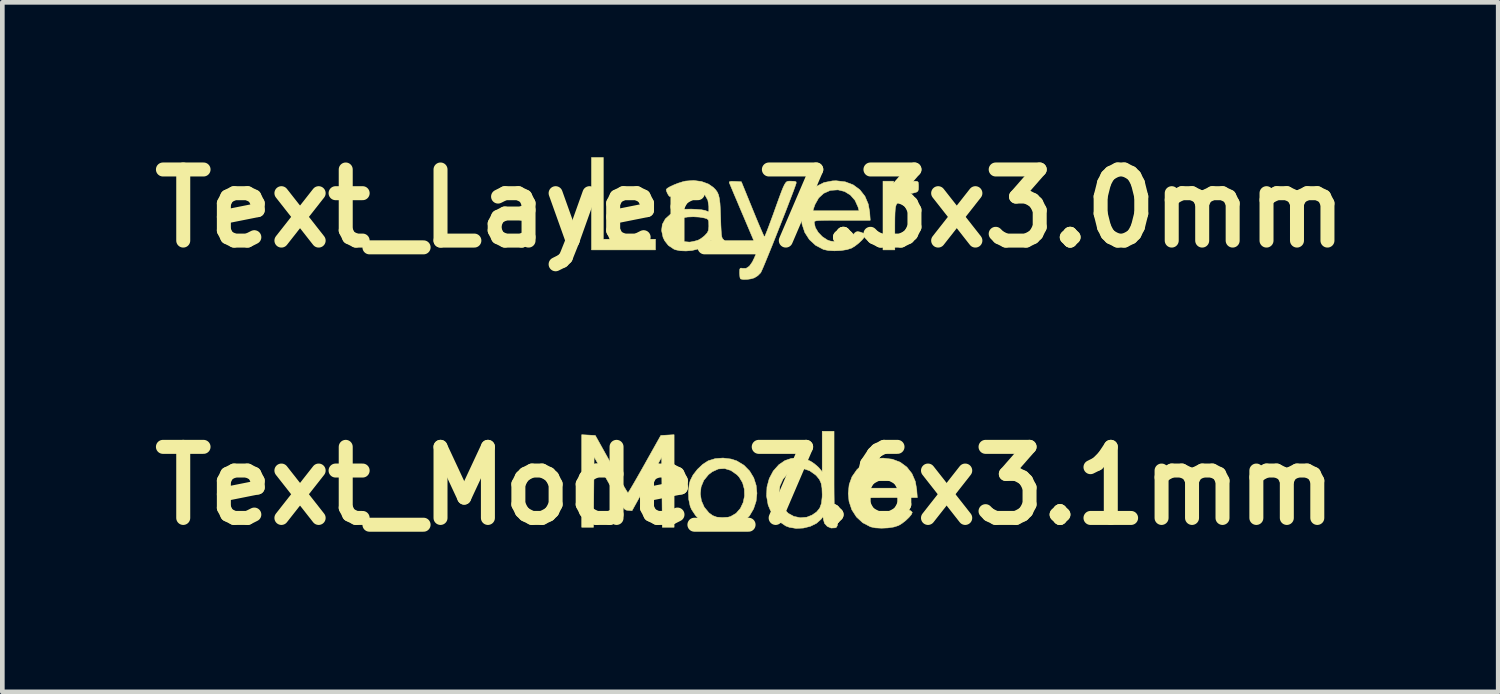
<source format=kicad_pcb>
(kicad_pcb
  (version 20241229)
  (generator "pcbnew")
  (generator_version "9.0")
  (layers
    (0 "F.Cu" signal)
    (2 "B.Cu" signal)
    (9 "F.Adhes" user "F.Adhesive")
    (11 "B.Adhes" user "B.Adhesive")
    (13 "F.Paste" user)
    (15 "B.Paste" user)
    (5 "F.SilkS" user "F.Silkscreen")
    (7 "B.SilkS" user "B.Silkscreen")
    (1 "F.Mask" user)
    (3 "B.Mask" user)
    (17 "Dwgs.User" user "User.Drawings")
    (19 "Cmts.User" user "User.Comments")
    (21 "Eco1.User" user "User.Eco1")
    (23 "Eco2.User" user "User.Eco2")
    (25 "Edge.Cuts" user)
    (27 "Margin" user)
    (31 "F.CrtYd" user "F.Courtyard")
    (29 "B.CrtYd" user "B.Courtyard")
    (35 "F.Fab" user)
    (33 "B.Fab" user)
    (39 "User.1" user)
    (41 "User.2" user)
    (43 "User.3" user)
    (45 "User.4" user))
  (footprint "Text_Mode_7.6x3.1mm"
    (layer "F.Cu")
    (at 12.925 7.364)
    (property "Reference" "Text_Mode_7.6x3.1mm" (at 0 0 0) (layer "F.SilkS") (effects (font (size 1.524 1.524) (thickness 0.3))))
    (attr through_hole)
    (fp_poly (pts (xy -1.524 0.889) (xy -1.777 0.889) (xy -1.784 0.139) (xy -1.791 -0.611) (xy -2.108 -0.039) (xy -2.426 0.534) (xy -2.512 0.527) (xy -2.539 0.524) (xy -2.564 0.515) (xy -2.589 0.496) (xy -2.619 0.461) (xy -2.657 0.405) (xy -2.707 0.323) (xy -2.772 0.211) (xy -2.856 0.062) (xy -2.919 -0.05) (xy -3.239 -0.62) (xy -3.252 0.889) (xy -3.505 0.889) (xy -3.505 -1.095) (xy -3.213 -1.079) (xy -2.87 -0.464) (xy -2.78 -0.303) (xy -2.699 -0.159) (xy -2.628 -0.035) (xy -2.571 0.062) (xy -2.532 0.126) (xy -2.514 0.152) (xy -2.513 0.152) (xy -2.498 0.131) (xy -2.461 0.071) (xy -2.406 -0.022) (xy -2.336 -0.143) (xy -2.255 -0.285) (xy -2.165 -0.444) (xy -2.154 -0.464) (xy -1.809 -1.079) (xy -1.667 -1.087) (xy -1.524 -1.095) (xy -1.524 0.889)) (stroke (width 0.01) (type solid)) (fill yes) (layer "F.SilkS"))
    (fp_poly (pts (xy -0.305 -0.574) (xy -0.183 -0.535) (xy -0.027 -0.441) (xy 0.095 -0.317) (xy 0.183 -0.171) (xy 0.235 -0.009) (xy 0.252 0.16) (xy 0.234 0.331) (xy 0.18 0.494) (xy 0.092 0.644) (xy -0.033 0.772) (xy -0.159 0.855) (xy -0.243 0.883) (xy -0.367 0.902) (xy -0.457 0.908) (xy -0.569 0.912) (xy -0.648 0.907) (xy -0.712 0.892) (xy -0.779 0.864) (xy -0.806 0.851) (xy -0.942 0.76) (xy -1.061 0.641) (xy -1.15 0.507) (xy -1.179 0.439) (xy -1.21 0.294) (xy -1.215 0.171) (xy -0.962 0.171) (xy -0.939 0.32) (xy -0.878 0.458) (xy -0.779 0.578) (xy -0.699 0.638) (xy -0.608 0.672) (xy -0.493 0.685) (xy -0.376 0.676) (xy -0.313 0.659) (xy -0.194 0.589) (xy -0.103 0.485) (xy -0.043 0.358) (xy -0.014 0.218) (xy -0.018 0.073) (xy -0.056 -0.066) (xy -0.13 -0.188) (xy -0.176 -0.237) (xy -0.307 -0.329) (xy -0.441 -0.37) (xy -0.575 -0.361) (xy -0.707 -0.301) (xy -0.787 -0.239) (xy -0.887 -0.117) (xy -0.945 0.022) (xy -0.962 0.171) (xy -1.215 0.171) (xy -1.217 0.13) (xy -1.2 -0.03) (xy -1.179 -0.11) (xy -1.118 -0.231) (xy -1.023 -0.353) (xy -0.91 -0.46) (xy -0.794 -0.535) (xy -0.644 -0.582) (xy -0.475 -0.595) (xy -0.305 -0.574)) (stroke (width 0.01) (type solid)) (fill yes) (layer "F.SilkS"))
    (fp_poly (pts (xy 3.154 -0.57) (xy 3.324 -0.505) (xy 3.466 -0.4) (xy 3.575 -0.261) (xy 3.648 -0.091) (xy 3.677 0.08) (xy 3.69 0.254) (xy 3.09 0.254) (xy 2.9 0.254) (xy 2.755 0.255) (xy 2.649 0.257) (xy 2.576 0.26) (xy 2.529 0.266) (xy 2.503 0.274) (xy 2.492 0.286) (xy 2.489 0.302) (xy 2.489 0.306) (xy 2.512 0.409) (xy 2.573 0.513) (xy 2.662 0.606) (xy 2.769 0.676) (xy 2.826 0.698) (xy 2.982 0.72) (xy 3.128 0.693) (xy 3.261 0.618) (xy 3.326 0.557) (xy 3.374 0.51) (xy 3.417 0.496) (xy 3.479 0.508) (xy 3.487 0.51) (xy 3.549 0.536) (xy 3.58 0.567) (xy 3.581 0.573) (xy 3.562 0.617) (xy 3.511 0.678) (xy 3.441 0.745) (xy 3.362 0.806) (xy 3.288 0.851) (xy 3.19 0.883) (xy 3.061 0.903) (xy 2.922 0.909) (xy 2.791 0.902) (xy 2.688 0.88) (xy 2.686 0.879) (xy 2.519 0.792) (xy 2.385 0.668) (xy 2.286 0.514) (xy 2.226 0.334) (xy 2.21 0.166) (xy 2.221 0.051) (xy 2.46 0.051) (xy 3.451 0.051) (xy 3.428 -0.03) (xy 3.363 -0.174) (xy 3.265 -0.286) (xy 3.141 -0.363) (xy 2.999 -0.398) (xy 2.848 -0.388) (xy 2.826 -0.383) (xy 2.69 -0.323) (xy 2.584 -0.225) (xy 2.505 -0.085) (xy 2.478 -0.006) (xy 2.46 0.051) (xy 2.221 0.051) (xy 2.229 -0.025) (xy 2.289 -0.192) (xy 2.393 -0.342) (xy 2.402 -0.352) (xy 2.542 -0.476) (xy 2.699 -0.555) (xy 2.88 -0.59) (xy 2.959 -0.593) (xy 3.154 -0.57)) (stroke (width 0.01) (type solid)) (fill yes) (layer "F.SilkS"))
    (fp_poly (pts (xy 1.905 -0.266) (xy 1.905 -0.024) (xy 1.906 0.171) (xy 1.908 0.325) (xy 1.91 0.443) (xy 1.914 0.529) (xy 1.919 0.588) (xy 1.926 0.625) (xy 1.935 0.645) (xy 1.943 0.651) (xy 1.971 0.687) (xy 1.981 0.769) (xy 1.981 0.776) (xy 1.976 0.85) (xy 1.956 0.889) (xy 1.933 0.901) (xy 1.842 0.906) (xy 1.76 0.871) (xy 1.7 0.805) (xy 1.676 0.718) (xy 1.676 0.715) (xy 1.676 0.654) (xy 1.626 0.718) (xy 1.527 0.805) (xy 1.397 0.869) (xy 1.248 0.906) (xy 1.093 0.914) (xy 0.947 0.89) (xy 0.87 0.861) (xy 0.745 0.776) (xy 0.63 0.659) (xy 0.539 0.524) (xy 0.492 0.412) (xy 0.458 0.217) (xy 0.461 0.161) (xy 0.724 0.161) (xy 0.749 0.323) (xy 0.823 0.481) (xy 0.827 0.488) (xy 0.922 0.59) (xy 1.043 0.656) (xy 1.18 0.685) (xy 1.321 0.673) (xy 1.434 0.628) (xy 1.533 0.559) (xy 1.598 0.479) (xy 1.635 0.377) (xy 1.65 0.24) (xy 1.651 0.185) (xy 1.646 0.048) (xy 1.628 -0.054) (xy 1.592 -0.135) (xy 1.533 -0.208) (xy 1.507 -0.234) (xy 1.383 -0.322) (xy 1.25 -0.367) (xy 1.117 -0.367) (xy 0.991 -0.321) (xy 0.925 -0.274) (xy 0.812 -0.144) (xy 0.745 0.003) (xy 0.724 0.161) (xy 0.461 0.161) (xy 0.467 0.026) (xy 0.516 -0.155) (xy 0.602 -0.317) (xy 0.721 -0.451) (xy 0.851 -0.54) (xy 0.987 -0.586) (xy 1.14 -0.597) (xy 1.291 -0.573) (xy 1.402 -0.526) (xy 1.485 -0.47) (xy 1.56 -0.406) (xy 1.585 -0.38) (xy 1.651 -0.301) (xy 1.651 -1.168) (xy 1.905 -1.168) (xy 1.905 -0.266)) (stroke (width 0.01) (type solid)) (fill yes) (layer "F.SilkS")))
  (footprint "Text_Layer_7.3x3.0mm"
    (layer "F.Cu")
    (at 13.034 1.418)
    (property "Reference" "Text_Layer_7.3x3.0mm" (at 0 0 0) (layer "F.SilkS") (effects (font (size 1.524 1.524) (thickness 0.3))))
    (attr through_hole)
    (fp_poly (pts (xy -3.15 0.66) (xy -2.032 0.66) (xy -2.032 0.889) (xy -3.404 0.889) (xy -3.404 -1.092) (xy -3.15 -1.092) (xy -3.15 0.66)) (stroke (width 0.01) (type solid)) (fill yes) (layer "F.SilkS"))
    (fp_poly (pts (xy 3.073 -0.279) (xy 3.167 -0.383) (xy 3.277 -0.483) (xy 3.394 -0.552) (xy 3.507 -0.583) (xy 3.53 -0.584) (xy 3.577 -0.581) (xy 3.6 -0.562) (xy 3.606 -0.513) (xy 3.607 -0.472) (xy 3.605 -0.408) (xy 3.592 -0.369) (xy 3.556 -0.346) (xy 3.487 -0.328) (xy 3.438 -0.318) (xy 3.339 -0.279) (xy 3.237 -0.209) (xy 3.155 -0.122) (xy 3.146 -0.108) (xy 3.129 -0.078) (xy 3.117 -0.038) (xy 3.108 0.018) (xy 3.103 0.098) (xy 3.1 0.211) (xy 3.099 0.364) (xy 3.099 0.425) (xy 3.099 0.889) (xy 2.845 0.889) (xy 2.845 -0.584) (xy 3.073 -0.584) (xy 3.073 -0.279)) (stroke (width 0.01) (type solid)) (fill yes) (layer "F.SilkS"))
    (fp_poly (pts (xy 2.036 -0.57) (xy 2.207 -0.505) (xy 2.349 -0.4) (xy 2.458 -0.261) (xy 2.53 -0.091) (xy 2.56 0.08) (xy 2.572 0.254) (xy 1.972 0.254) (xy 1.782 0.254) (xy 1.638 0.255) (xy 1.532 0.257) (xy 1.458 0.26) (xy 1.412 0.266) (xy 1.386 0.274) (xy 1.374 0.286) (xy 1.372 0.302) (xy 1.372 0.306) (xy 1.394 0.409) (xy 1.456 0.513) (xy 1.545 0.606) (xy 1.651 0.676) (xy 1.709 0.698) (xy 1.864 0.72) (xy 2.01 0.693) (xy 2.143 0.618) (xy 2.208 0.557) (xy 2.257 0.51) (xy 2.299 0.496) (xy 2.361 0.508) (xy 2.369 0.51) (xy 2.432 0.536) (xy 2.463 0.567) (xy 2.464 0.573) (xy 2.444 0.617) (xy 2.394 0.678) (xy 2.323 0.745) (xy 2.245 0.806) (xy 2.171 0.851) (xy 2.072 0.883) (xy 1.943 0.903) (xy 1.804 0.909) (xy 1.673 0.902) (xy 1.57 0.88) (xy 1.568 0.879) (xy 1.402 0.792) (xy 1.267 0.668) (xy 1.168 0.514) (xy 1.109 0.334) (xy 1.092 0.166) (xy 1.104 0.051) (xy 1.343 0.051) (xy 2.333 0.051) (xy 2.31 -0.03) (xy 2.245 -0.174) (xy 2.147 -0.286) (xy 2.023 -0.363) (xy 1.881 -0.398) (xy 1.73 -0.388) (xy 1.708 -0.383) (xy 1.573 -0.323) (xy 1.467 -0.225) (xy 1.388 -0.085) (xy 1.36 -0.006) (xy 1.343 0.051) (xy 1.104 0.051) (xy 1.111 -0.025) (xy 1.172 -0.192) (xy 1.276 -0.342) (xy 1.284 -0.352) (xy 1.424 -0.476) (xy 1.581 -0.555) (xy 1.763 -0.59) (xy 1.841 -0.593) (xy 2.036 -0.57)) (stroke (width 0.01) (type solid)) (fill yes) (layer "F.SilkS"))
    (fp_poly (pts (xy 0.877 -0.584) (xy 0.878 -0.584) (xy 0.95 -0.581) (xy 0.982 -0.57) (xy 0.985 -0.545) (xy 0.984 -0.54) (xy 0.965 -0.483) (xy 0.931 -0.388) (xy 0.883 -0.262) (xy 0.825 -0.111) (xy 0.76 0.059) (xy 0.688 0.241) (xy 0.614 0.429) (xy 0.54 0.616) (xy 0.468 0.797) (xy 0.4 0.964) (xy 0.34 1.111) (xy 0.29 1.232) (xy 0.251 1.321) (xy 0.228 1.371) (xy 0.224 1.378) (xy 0.162 1.441) (xy 0.087 1.488) (xy 0.086 1.489) (xy 0.013 1.51) (xy -0.072 1.522) (xy -0.15 1.523) (xy -0.203 1.513) (xy -0.212 1.507) (xy -0.222 1.473) (xy -0.228 1.408) (xy -0.229 1.38) (xy -0.227 1.311) (xy -0.215 1.282) (xy -0.186 1.28) (xy -0.165 1.285) (xy -0.089 1.284) (xy -0.02 1.239) (xy 0.045 1.147) (xy 0.089 1.056) (xy 0.16 0.889) (xy -0.139 0.184) (xy -0.215 0.006) (xy -0.284 -0.158) (xy -0.345 -0.301) (xy -0.394 -0.418) (xy -0.429 -0.502) (xy -0.449 -0.548) (xy -0.451 -0.554) (xy -0.446 -0.573) (xy -0.408 -0.581) (xy -0.327 -0.579) (xy -0.191 -0.572) (xy 0.05 0.019) (xy 0.116 0.18) (xy 0.176 0.325) (xy 0.228 0.446) (xy 0.268 0.538) (xy 0.294 0.594) (xy 0.304 0.61) (xy 0.316 0.587) (xy 0.343 0.523) (xy 0.381 0.426) (xy 0.427 0.302) (xy 0.48 0.159) (xy 0.494 0.121) (xy 0.566 -0.081) (xy 0.624 -0.241) (xy 0.669 -0.362) (xy 0.705 -0.451) (xy 0.735 -0.513) (xy 0.76 -0.552) (xy 0.784 -0.574) (xy 0.81 -0.583) (xy 0.84 -0.585) (xy 0.877 -0.584)) (stroke (width 0.01) (type solid)) (fill yes) (layer "F.SilkS"))
    (fp_poly (pts (xy -1.045 -0.577) (xy -0.897 -0.523) (xy -0.792 -0.45) (xy -0.743 -0.4) (xy -0.707 -0.35) (xy -0.68 -0.289) (xy -0.662 -0.211) (xy -0.649 -0.107) (xy -0.641 0.032) (xy -0.635 0.199) (xy -0.63 0.36) (xy -0.624 0.479) (xy -0.618 0.561) (xy -0.609 0.613) (xy -0.597 0.645) (xy -0.582 0.661) (xy -0.578 0.663) (xy -0.544 0.707) (xy -0.533 0.788) (xy -0.538 0.856) (xy -0.559 0.889) (xy -0.595 0.904) (xy -0.688 0.907) (xy -0.768 0.874) (xy -0.822 0.812) (xy -0.838 0.745) (xy -0.838 0.682) (xy -0.938 0.76) (xy -1.023 0.817) (xy -1.116 0.866) (xy -1.144 0.877) (xy -1.253 0.902) (xy -1.379 0.912) (xy -1.503 0.907) (xy -1.605 0.886) (xy -1.638 0.872) (xy -1.756 0.793) (xy -1.835 0.692) (xy -1.87 0.619) (xy -1.901 0.475) (xy -1.897 0.437) (xy -1.65 0.437) (xy -1.634 0.525) (xy -1.588 0.605) (xy -1.515 0.671) (xy -1.419 0.712) (xy -1.304 0.722) (xy -1.27 0.718) (xy -1.189 0.701) (xy -1.118 0.681) (xy -1.118 0.681) (xy -1.059 0.648) (xy -0.991 0.596) (xy -0.972 0.578) (xy -0.921 0.522) (xy -0.897 0.469) (xy -0.889 0.394) (xy -0.889 0.365) (xy -0.891 0.286) (xy -0.902 0.244) (xy -0.931 0.221) (xy -0.984 0.205) (xy -1.091 0.186) (xy -1.218 0.179) (xy -1.343 0.184) (xy -1.448 0.201) (xy -1.483 0.213) (xy -1.578 0.273) (xy -1.632 0.351) (xy -1.65 0.437) (xy -1.897 0.437) (xy -1.885 0.342) (xy -1.821 0.225) (xy -1.713 0.127) (xy -1.628 0.079) (xy -1.549 0.046) (xy -1.477 0.026) (xy -1.393 0.017) (xy -1.279 0.015) (xy -1.257 0.015) (xy -1.146 0.02) (xy -1.046 0.029) (xy -0.975 0.042) (xy -0.959 0.047) (xy -0.889 0.075) (xy -0.889 -0.045) (xy -0.91 -0.178) (xy -0.969 -0.282) (xy -1.06 -0.356) (xy -1.176 -0.397) (xy -1.312 -0.403) (xy -1.461 -0.371) (xy -1.576 -0.322) (xy -1.649 -0.285) (xy -1.705 -0.26) (xy -1.725 -0.254) (xy -1.747 -0.274) (xy -1.775 -0.321) (xy -1.797 -0.374) (xy -1.803 -0.403) (xy -1.781 -0.43) (xy -1.722 -0.465) (xy -1.639 -0.504) (xy -1.545 -0.541) (xy -1.45 -0.571) (xy -1.388 -0.586) (xy -1.213 -0.599) (xy -1.045 -0.577)) (stroke (width 0.01) (type solid)) (fill yes) (layer "F.SilkS")))
  (gr_rect
    (start -3 -3)
    (end 29.068 11.782)
    (stroke (width 0.1) (type default))
    (fill no)
    (layer "Edge.Cuts")))
</source>
